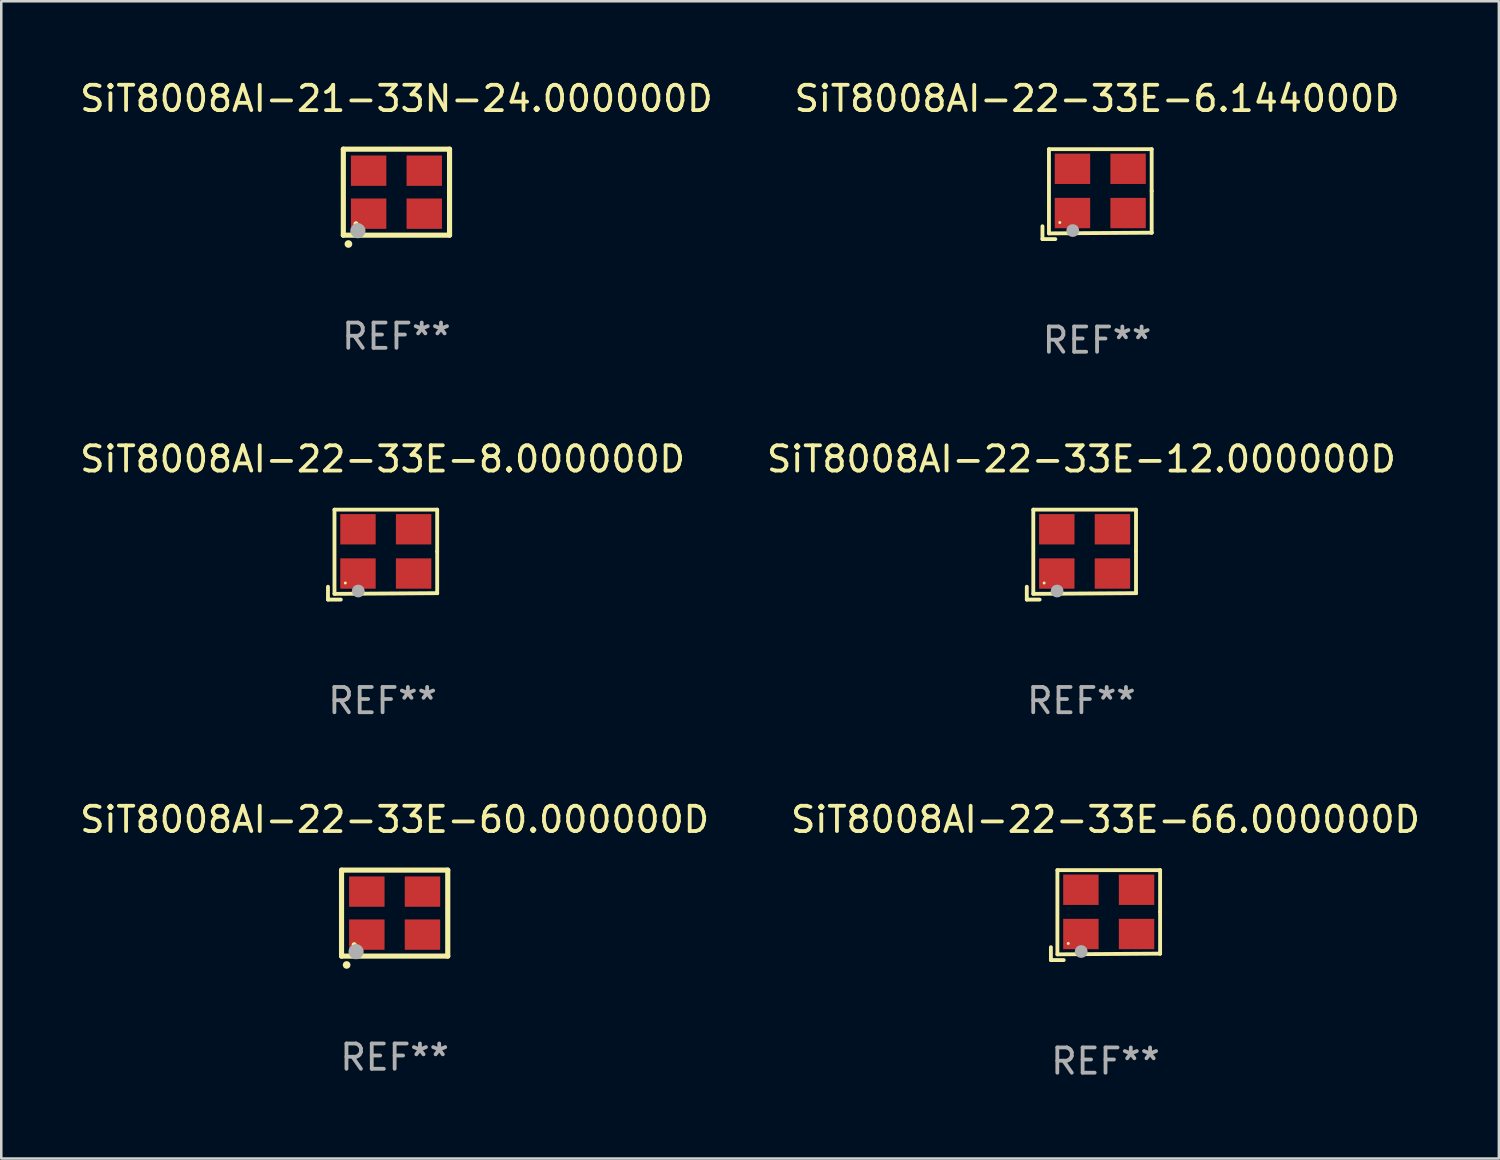
<source format=kicad_pcb>
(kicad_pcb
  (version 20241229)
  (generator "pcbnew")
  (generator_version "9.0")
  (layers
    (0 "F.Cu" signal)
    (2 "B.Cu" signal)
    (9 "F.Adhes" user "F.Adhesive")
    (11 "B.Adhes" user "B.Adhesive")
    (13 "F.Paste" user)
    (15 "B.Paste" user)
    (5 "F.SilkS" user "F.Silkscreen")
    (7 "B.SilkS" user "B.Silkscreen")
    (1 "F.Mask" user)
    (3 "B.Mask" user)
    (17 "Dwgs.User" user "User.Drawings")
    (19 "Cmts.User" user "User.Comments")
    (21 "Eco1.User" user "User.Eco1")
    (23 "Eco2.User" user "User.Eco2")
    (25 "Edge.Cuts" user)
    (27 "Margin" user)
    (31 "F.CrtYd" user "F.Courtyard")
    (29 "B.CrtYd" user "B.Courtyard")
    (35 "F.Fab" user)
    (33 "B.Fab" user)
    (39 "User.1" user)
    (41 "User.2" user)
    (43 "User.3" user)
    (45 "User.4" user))
  (footprint "SiT8008AI-21-33N-24.000000D"
    (layer "F.Cu")
    (at 12.625 4.548)
    (property "Reference" "SiT8008AI-21-33N-24.000000D" (at 0 -3.7 0) (layer "F.SilkS") (effects (font (size 1 1) (thickness 0.15))))
    (attr through_hole)
    (fp_line (start -2.1 -1.7) (end -2.1 1.7) (stroke (width 0.203) (type solid)) (layer "F.SilkS"))
    (fp_line (start -2.1 1.7) (end 2.1 1.7) (stroke (width 0.203) (type solid)) (layer "F.SilkS"))
    (fp_line (start 2.1 -1.7) (end -2.1 -1.7) (stroke (width 0.203) (type solid)) (layer "F.SilkS"))
    (fp_line (start 2.1 1.7) (end 2.1 -1.7) (stroke (width 0.203) (type solid)) (layer "F.SilkS"))
    (fp_arc (start -1.899924 2.049784) (mid -1.898654 2.049779) (end -1.897384 2.049784) (stroke (width 0.3) (type solid)) (layer "F.SilkS"))
    (fp_circle (center -1.6 1.25) (end -1.55 1.25) (stroke (width 0.1) (type solid)) (fill no) (layer "F.SilkS"))
    (fp_circle (center -1.524 1.524) (end -1.374 1.524) (stroke (width 0.3) (type solid)) (fill no) (layer "F.Fab"))
    (fp_text user "REF**" (at 0 5.7 0) (layer "F.Fab") (effects (font (size 1 1) (thickness 0.15))))
    (pad "1" smd rect (at -1.1 0.85) (size 1.4 1.2) (layers "F.Cu" "F.Mask" "F.Paste"))
    (pad "2" smd rect (at 1.1 0.85) (size 1.4 1.2) (layers "F.Cu" "F.Mask" "F.Paste"))
    (pad "3" smd rect (at 1.1 -0.85) (size 1.4 1.2) (layers "F.Cu" "F.Mask" "F.Paste"))
    (pad "4" smd rect (at -1.1 -0.85) (size 1.4 1.2) (layers "F.Cu" "F.Mask" "F.Paste")))
  (footprint "SiT8008AI-22-33E-66.000000D"
    (layer "F.Cu")
    (at 40.661 33.132)
    (property "Reference" "SiT8008AI-22-33E-66.000000D" (at 0 -3.778 0) (layer "F.SilkS") (effects (font (size 1 1) (thickness 0.15))))
    (attr through_hole)
    (fp_line (start -2.159 1.27) (end -2.159 1.778) (stroke (width 0.152) (type solid)) (layer "F.SilkS"))
    (fp_line (start -2.159 1.778) (end -1.651 1.778) (stroke (width 0.152) (type solid)) (layer "F.SilkS"))
    (fp_line (start -1.902 -1.778) (end 2.159 -1.778) (stroke (width 0.152) (type solid)) (layer "F.SilkS"))
    (fp_line (start -1.902 1.552) (end -1.902 -1.778) (stroke (width 0.152) (type solid)) (layer "F.SilkS"))
    (fp_line (start 2.159 -1.778) (end 2.159 -0.127) (stroke (width 0.152) (type solid)) (layer "F.SilkS"))
    (fp_line (start 2.159 -0.127) (end 2.159 1.524) (stroke (width 0.152) (type solid)) (layer "F.SilkS"))
    (fp_line (start 2.159 1.524) (end -1.902 1.552) (stroke (width 0.152) (type solid)) (layer "F.SilkS"))
    (fp_line (start 2.159 1.524) (end 2.159 1.524) (stroke (width 0.152) (type solid)) (layer "F.SilkS"))
    (fp_circle (center -1.473 1.123) (end -1.443 1.123) (stroke (width 0.06) (type solid)) (fill no) (layer "F.SilkS"))
    (fp_circle (center -0.961 1.44) (end -0.834 1.44) (stroke (width 0.254) (type solid)) (fill no) (layer "F.Fab"))
    (fp_text user "REF**" (at 0 5.778 0) (layer "F.Fab") (effects (font (size 1 1) (thickness 0.15))))
    (pad "1" smd rect (at -0.973 0.748) (size 1.4 1.2) (layers "F.Cu" "F.Mask" "F.Paste"))
    (pad "2" smd rect (at 1.227 0.748) (size 1.4 1.2) (layers "F.Cu" "F.Mask" "F.Paste"))
    (pad "3" smd rect (at 1.227 -1.002) (size 1.4 1.2) (layers "F.Cu" "F.Mask" "F.Paste"))
    (pad "4" smd rect (at -0.973 -1.002) (size 1.4 1.2) (layers "F.Cu" "F.Mask" "F.Paste")))
  (footprint "SiT8008AI-22-33E-8.000000D"
    (layer "F.Cu")
    (at 12.077 18.879)
    (property "Reference" "SiT8008AI-22-33E-8.000000D" (at 0 -3.778 0) (layer "F.SilkS") (effects (font (size 1 1) (thickness 0.15))))
    (attr through_hole)
    (fp_line (start -2.159 1.27) (end -2.159 1.778) (stroke (width 0.152) (type solid)) (layer "F.SilkS"))
    (fp_line (start -2.159 1.778) (end -1.651 1.778) (stroke (width 0.152) (type solid)) (layer "F.SilkS"))
    (fp_line (start -1.902 -1.778) (end 2.159 -1.778) (stroke (width 0.152) (type solid)) (layer "F.SilkS"))
    (fp_line (start -1.902 1.552) (end -1.902 -1.778) (stroke (width 0.152) (type solid)) (layer "F.SilkS"))
    (fp_line (start 2.159 -1.778) (end 2.159 -0.127) (stroke (width 0.152) (type solid)) (layer "F.SilkS"))
    (fp_line (start 2.159 -0.127) (end 2.159 1.524) (stroke (width 0.152) (type solid)) (layer "F.SilkS"))
    (fp_line (start 2.159 1.524) (end -1.902 1.552) (stroke (width 0.152) (type solid)) (layer "F.SilkS"))
    (fp_line (start 2.159 1.524) (end 2.159 1.524) (stroke (width 0.152) (type solid)) (layer "F.SilkS"))
    (fp_circle (center -1.473 1.123) (end -1.443 1.123) (stroke (width 0.06) (type solid)) (fill no) (layer "F.SilkS"))
    (fp_circle (center -0.961 1.44) (end -0.834 1.44) (stroke (width 0.254) (type solid)) (fill no) (layer "F.Fab"))
    (fp_text user "REF**" (at 0 5.778 0) (layer "F.Fab") (effects (font (size 1 1) (thickness 0.15))))
    (pad "1" smd rect (at -0.973 0.748) (size 1.4 1.2) (layers "F.Cu" "F.Mask" "F.Paste"))
    (pad "2" smd rect (at 1.227 0.748) (size 1.4 1.2) (layers "F.Cu" "F.Mask" "F.Paste"))
    (pad "3" smd rect (at 1.227 -1.002) (size 1.4 1.2) (layers "F.Cu" "F.Mask" "F.Paste"))
    (pad "4" smd rect (at -0.973 -1.002) (size 1.4 1.2) (layers "F.Cu" "F.Mask" "F.Paste")))
  (footprint "SiT8008AI-22-33E-12.000000D"
    (layer "F.Cu")
    (at 39.708 18.879)
    (property "Reference" "SiT8008AI-22-33E-12.000000D" (at 0 -3.778 0) (layer "F.SilkS") (effects (font (size 1 1) (thickness 0.15))))
    (attr through_hole)
    (fp_line (start -2.159 1.27) (end -2.159 1.778) (stroke (width 0.152) (type solid)) (layer "F.SilkS"))
    (fp_line (start -2.159 1.778) (end -1.651 1.778) (stroke (width 0.152) (type solid)) (layer "F.SilkS"))
    (fp_line (start -1.902 -1.778) (end 2.159 -1.778) (stroke (width 0.152) (type solid)) (layer "F.SilkS"))
    (fp_line (start -1.902 1.552) (end -1.902 -1.778) (stroke (width 0.152) (type solid)) (layer "F.SilkS"))
    (fp_line (start 2.159 -1.778) (end 2.159 -0.127) (stroke (width 0.152) (type solid)) (layer "F.SilkS"))
    (fp_line (start 2.159 -0.127) (end 2.159 1.524) (stroke (width 0.152) (type solid)) (layer "F.SilkS"))
    (fp_line (start 2.159 1.524) (end -1.902 1.552) (stroke (width 0.152) (type solid)) (layer "F.SilkS"))
    (fp_line (start 2.159 1.524) (end 2.159 1.524) (stroke (width 0.152) (type solid)) (layer "F.SilkS"))
    (fp_circle (center -1.473 1.123) (end -1.443 1.123) (stroke (width 0.06) (type solid)) (fill no) (layer "F.SilkS"))
    (fp_circle (center -0.961 1.44) (end -0.834 1.44) (stroke (width 0.254) (type solid)) (fill no) (layer "F.Fab"))
    (fp_text user "REF**" (at 0 5.778 0) (layer "F.Fab") (effects (font (size 1 1) (thickness 0.15))))
    (pad "1" smd rect (at -0.973 0.748) (size 1.4 1.2) (layers "F.Cu" "F.Mask" "F.Paste"))
    (pad "2" smd rect (at 1.227 0.748) (size 1.4 1.2) (layers "F.Cu" "F.Mask" "F.Paste"))
    (pad "3" smd rect (at 1.227 -1.002) (size 1.4 1.2) (layers "F.Cu" "F.Mask" "F.Paste"))
    (pad "4" smd rect (at -0.973 -1.002) (size 1.4 1.2) (layers "F.Cu" "F.Mask" "F.Paste")))
  (footprint "SiT8008AI-22-33E-60.000000D"
    (layer "F.Cu")
    (at 12.554 33.054)
    (property "Reference" "SiT8008AI-22-33E-60.000000D" (at 0 -3.7 0) (layer "F.SilkS") (effects (font (size 1 1) (thickness 0.15))))
    (attr through_hole)
    (fp_line (start -2.1 -1.7) (end -2.1 1.7) (stroke (width 0.203) (type solid)) (layer "F.SilkS"))
    (fp_line (start -2.1 1.7) (end 2.1 1.7) (stroke (width 0.203) (type solid)) (layer "F.SilkS"))
    (fp_line (start 2.1 -1.7) (end -2.1 -1.7) (stroke (width 0.203) (type solid)) (layer "F.SilkS"))
    (fp_line (start 2.1 1.7) (end 2.1 -1.7) (stroke (width 0.203) (type solid)) (layer "F.SilkS"))
    (fp_arc (start -1.899924 2.049784) (mid -1.898654 2.049779) (end -1.897384 2.049784) (stroke (width 0.3) (type solid)) (layer "F.SilkS"))
    (fp_circle (center -1.6 1.25) (end -1.55 1.25) (stroke (width 0.1) (type solid)) (fill no) (layer "F.SilkS"))
    (fp_circle (center -1.524 1.524) (end -1.374 1.524) (stroke (width 0.3) (type solid)) (fill no) (layer "F.Fab"))
    (fp_text user "REF**" (at 0 5.7 0) (layer "F.Fab") (effects (font (size 1 1) (thickness 0.15))))
    (pad "1" smd rect (at -1.1 0.85) (size 1.4 1.2) (layers "F.Cu" "F.Mask" "F.Paste"))
    (pad "2" smd rect (at 1.1 0.85) (size 1.4 1.2) (layers "F.Cu" "F.Mask" "F.Paste"))
    (pad "3" smd rect (at 1.1 -0.85) (size 1.4 1.2) (layers "F.Cu" "F.Mask" "F.Paste"))
    (pad "4" smd rect (at -1.1 -0.85) (size 1.4 1.2) (layers "F.Cu" "F.Mask" "F.Paste")))
  (footprint "SiT8008AI-22-33E-6.144000D"
    (layer "F.Cu")
    (at 40.327 4.626)
    (property "Reference" "SiT8008AI-22-33E-6.144000D" (at 0 -3.778 0) (layer "F.SilkS") (effects (font (size 1 1) (thickness 0.15))))
    (attr through_hole)
    (fp_line (start -2.159 1.27) (end -2.159 1.778) (stroke (width 0.152) (type solid)) (layer "F.SilkS"))
    (fp_line (start -2.159 1.778) (end -1.651 1.778) (stroke (width 0.152) (type solid)) (layer "F.SilkS"))
    (fp_line (start -1.902 -1.778) (end 2.159 -1.778) (stroke (width 0.152) (type solid)) (layer "F.SilkS"))
    (fp_line (start -1.902 1.552) (end -1.902 -1.778) (stroke (width 0.152) (type solid)) (layer "F.SilkS"))
    (fp_line (start 2.159 -1.778) (end 2.159 -0.127) (stroke (width 0.152) (type solid)) (layer "F.SilkS"))
    (fp_line (start 2.159 -0.127) (end 2.159 1.524) (stroke (width 0.152) (type solid)) (layer "F.SilkS"))
    (fp_line (start 2.159 1.524) (end -1.902 1.552) (stroke (width 0.152) (type solid)) (layer "F.SilkS"))
    (fp_line (start 2.159 1.524) (end 2.159 1.524) (stroke (width 0.152) (type solid)) (layer "F.SilkS"))
    (fp_circle (center -1.473 1.123) (end -1.443 1.123) (stroke (width 0.06) (type solid)) (fill no) (layer "F.SilkS"))
    (fp_circle (center -0.961 1.44) (end -0.834 1.44) (stroke (width 0.254) (type solid)) (fill no) (layer "F.Fab"))
    (fp_text user "REF**" (at 0 5.778 0) (layer "F.Fab") (effects (font (size 1 1) (thickness 0.15))))
    (pad "1" smd rect (at -0.973 0.748) (size 1.4 1.2) (layers "F.Cu" "F.Mask" "F.Paste"))
    (pad "2" smd rect (at 1.227 0.748) (size 1.4 1.2) (layers "F.Cu" "F.Mask" "F.Paste"))
    (pad "3" smd rect (at 1.227 -1.002) (size 1.4 1.2) (layers "F.Cu" "F.Mask" "F.Paste"))
    (pad "4" smd rect (at -0.973 -1.002) (size 1.4 1.2) (layers "F.Cu" "F.Mask" "F.Paste")))
  (gr_rect
    (start -3 -3)
    (end 56.214 42.758)
    (stroke (width 0.1) (type default))
    (fill no)
    (layer "Edge.Cuts")))
</source>
